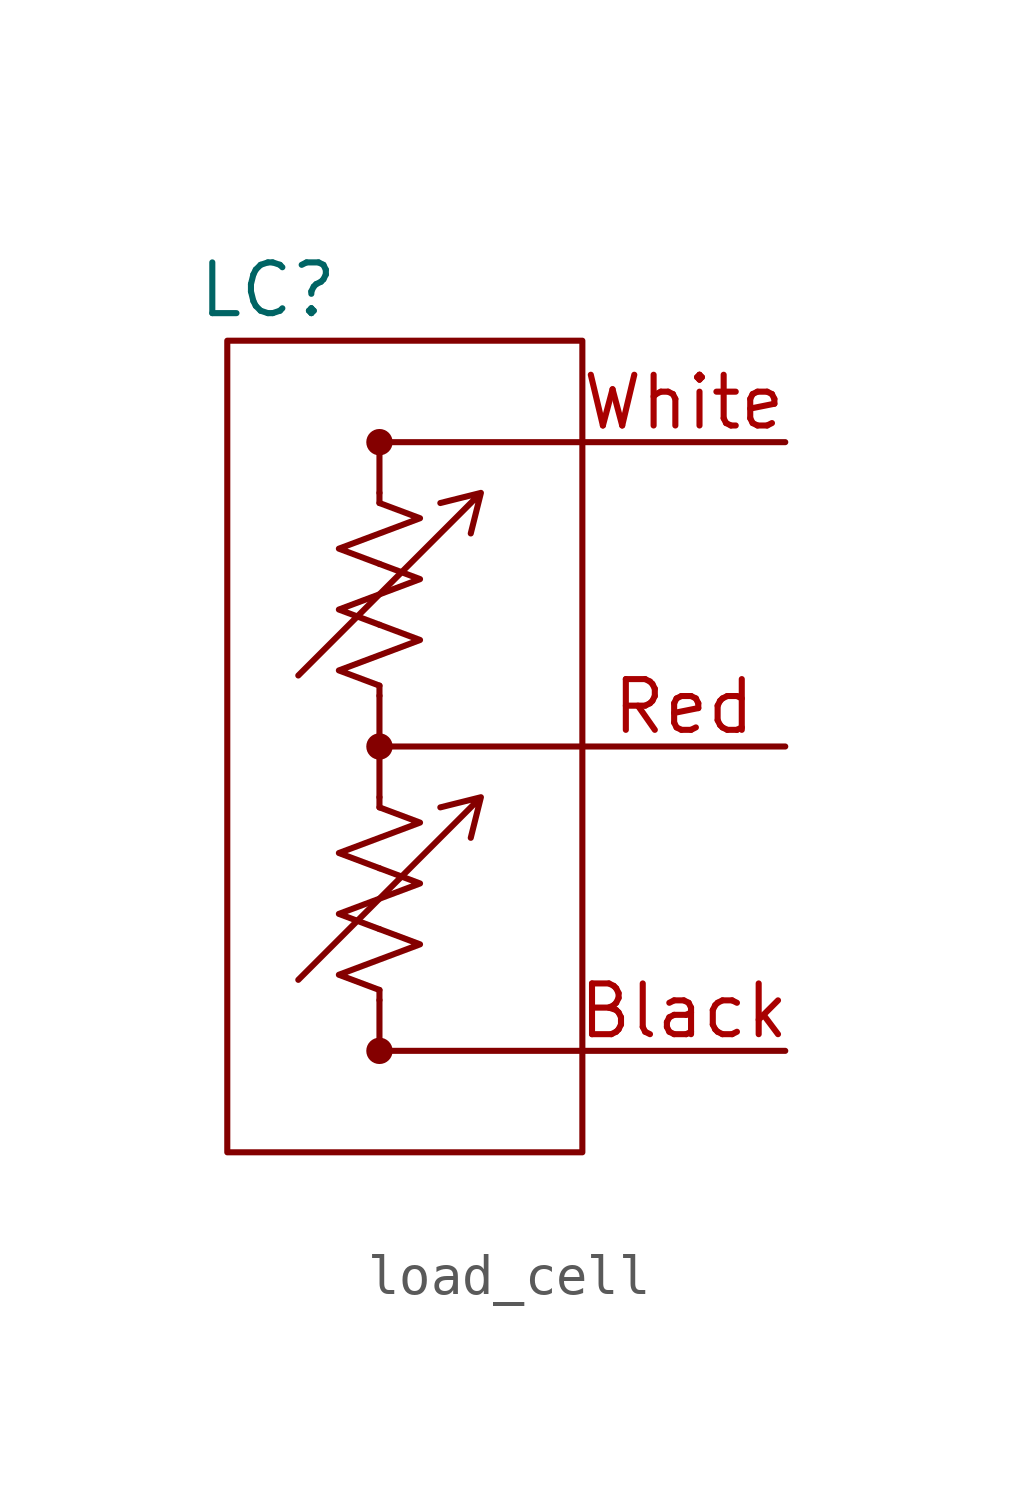
<source format=kicad_sym>
(kicad_symbol_lib
  (version 20231120)
  (generator "kicad_symbol_editor")
  (generator_version "8.0")
  (symbol "load_cell"
    (property "Reference" "LC"
      (at -2.794 11.43 0)
      (effects (font (size 1.27 1.27))))
    (property "Value" ""
      (at 0 0 0)
      (effects (font (size 1.27 1.27))))
    (symbol "load_cell_0_1"
      (rectangle (start -3.81 10.16) (end 5.08 -10.16) (stroke (width 0) (type default)) (fill (type none)))
      (circle (center 0 -7.62) (radius 0.254) (stroke (width 0) (type default)) (fill (type outline)))
      (polyline (pts (xy 0 -7.62) (xy 0 -6.35)) (stroke (width 0) (type default)) (fill (type none)))
      (polyline (pts (xy 0 -6.096) (xy 0 -6.35)) (stroke (width 0) (type default)) (fill (type none)))
      (polyline (pts (xy 0 -1.524) (xy 0 -1.27)) (stroke (width 0) (type default)) (fill (type none)))
      (polyline (pts (xy 0 1.27) (xy 0 -1.27)) (stroke (width 0) (type default)) (fill (type none)))
      (polyline (pts (xy 0 1.524) (xy 0 1.27)) (stroke (width 0) (type default)) (fill (type none)))
      (polyline (pts (xy 0 6.096) (xy 0 6.35)) (stroke (width 0) (type default)) (fill (type none)))
      (polyline (pts (xy 0 7.62) (xy 0 6.35)) (stroke (width 0) (type default)) (fill (type none)))
      (polyline (pts (xy 5.08 -7.62) (xy 0 -7.62)) (stroke (width 0) (type default)) (fill (type none)))
      (polyline (pts (xy 5.08 0) (xy 0 0)) (stroke (width 0) (type default)) (fill (type none)))
      (polyline (pts (xy 5.08 7.62) (xy 0 7.62)) (stroke (width 0) (type default)) (fill (type none)))
      (polyline (pts (xy 0 -4.572) (xy 1.016 -4.953) (xy 0 -5.334) (xy -1.016 -5.715) (xy 0 -6.096)) (stroke (width 0) (type default)) (fill (type none)))
      (polyline (pts (xy 0 -3.048) (xy 1.016 -3.429) (xy 0 -3.81) (xy -1.016 -4.191) (xy 0 -4.572)) (stroke (width 0) (type default)) (fill (type none)))
      (polyline (pts (xy 0 -1.524) (xy 1.016 -1.905) (xy 0 -2.286) (xy -1.016 -2.667) (xy 0 -3.048)) (stroke (width 0.152) (type default)) (fill (type none)))
      (polyline (pts (xy 0 3.048) (xy 1.016 2.667) (xy 0 2.286) (xy -1.016 1.905) (xy 0 1.524)) (stroke (width 0) (type default)) (fill (type none)))
      (polyline (pts (xy 0 4.572) (xy 1.016 4.191) (xy 0 3.81) (xy -1.016 3.429) (xy 0 3.048)) (stroke (width 0) (type default)) (fill (type none)))
      (polyline (pts (xy 0 6.096) (xy 1.016 5.715) (xy 0 5.334) (xy -1.016 4.953) (xy 0 4.572)) (stroke (width 0.152) (type default)) (fill (type none)))
      (polyline (pts (xy 2.286 -2.286) (xy 2.54 -1.27) (xy 1.524 -1.524) (xy 2.54 -1.27) (xy -2.032 -5.842)) (stroke (width 0.152) (type default)) (fill (type none)))
      (polyline (pts (xy 2.286 5.334) (xy 2.54 6.35) (xy 1.524 6.096) (xy 2.54 6.35) (xy -2.032 1.778)) (stroke (width 0.152) (type default)) (fill (type none)))
      (circle (center 0 0) (radius 0.254) (stroke (width 0) (type default)) (fill (type outline)))
      (circle (center 0 7.62) (radius 0.254) (stroke (width 0) (type default)) (fill (type outline))))
    (symbol "load_cell_1_1"
      (pin passive line (at 10.16 -7.62 180) (length 5.08) (name "~" (effects (font (size 1.27 1.27)))) (number "Black" (effects (font (size 1.27 1.27)))))
      (pin passive line (at 10.16 0 180) (length 5.08) (name "~" (effects (font (size 1.27 1.27)))) (number "Red" (effects (font (size 1.27 1.27)))))
      (pin passive line (at 10.16 7.62 180) (length 5.08) (name "~" (effects (font (size 1.27 1.27)))) (number "White" (effects (font (size 1.27 1.27))))))))
</source>
